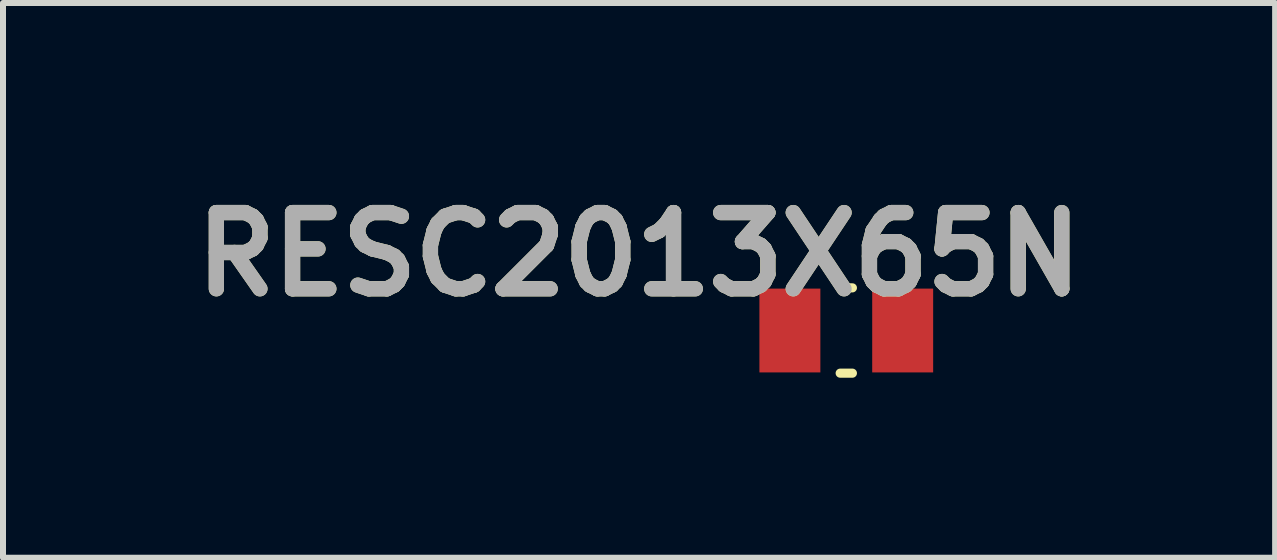
<source format=kicad_pcb>
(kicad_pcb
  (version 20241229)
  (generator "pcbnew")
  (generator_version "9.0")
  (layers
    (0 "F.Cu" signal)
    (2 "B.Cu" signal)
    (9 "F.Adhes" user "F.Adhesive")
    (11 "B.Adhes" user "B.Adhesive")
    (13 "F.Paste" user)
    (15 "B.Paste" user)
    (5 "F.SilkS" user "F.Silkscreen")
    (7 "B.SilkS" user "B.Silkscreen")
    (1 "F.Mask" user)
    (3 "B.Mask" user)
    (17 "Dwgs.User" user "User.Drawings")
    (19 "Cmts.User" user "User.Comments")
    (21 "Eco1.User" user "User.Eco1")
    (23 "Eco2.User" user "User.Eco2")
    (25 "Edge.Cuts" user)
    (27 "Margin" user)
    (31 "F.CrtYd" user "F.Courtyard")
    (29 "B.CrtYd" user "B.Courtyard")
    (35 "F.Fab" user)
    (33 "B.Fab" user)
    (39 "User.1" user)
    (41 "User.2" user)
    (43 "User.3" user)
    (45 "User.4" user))
  (footprint "RESC2013X65N"
    (layer "F.Cu")
    (at 11.056 2.459)
    (property "Reference" "RESC2013X65N" (at -3.454 -1.27 0) (layer "F.SilkS") (effects (font (size 1.27 1.27) (thickness 0.254))))
    (attr smd)
    (fp_line (start -0.102 0.711) (end 0.102 0.711) (stroke (width 0.152) (type solid)) (layer "F.SilkS"))
    (fp_line (start 0.102 -0.711) (end -0.102 -0.711) (stroke (width 0.152) (type solid)) (layer "F.SilkS"))
    (fp_text user "${REFERENCE}" (at -3.454 -1.27 0) (layer "F.Fab") (effects (font (size 1.27 1.27) (thickness 0.254))))
    (pad "1" smd rect (at -0.94 0) (size 1.016 1.397) (layers "F.Cu" "F.Mask" "F.Paste"))
    (pad "2" smd rect (at 0.94 0) (size 1.016 1.397) (layers "F.Cu" "F.Mask" "F.Paste")))
  (gr_rect
    (start -3 -3)
    (end 18.204 6.246)
    (stroke (width 0.1) (type default))
    (fill no)
    (layer "Edge.Cuts")))
</source>
